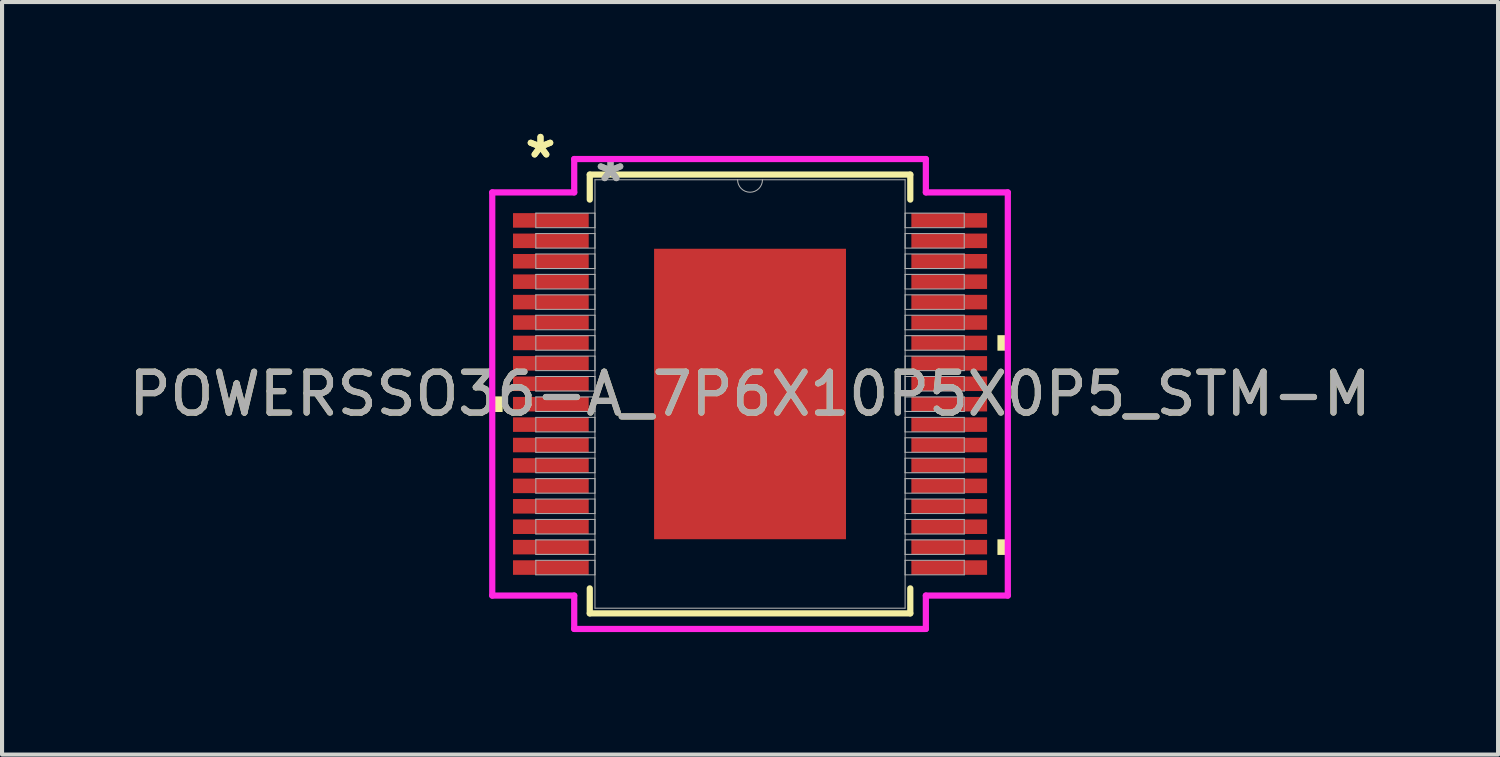
<source format=kicad_pcb>
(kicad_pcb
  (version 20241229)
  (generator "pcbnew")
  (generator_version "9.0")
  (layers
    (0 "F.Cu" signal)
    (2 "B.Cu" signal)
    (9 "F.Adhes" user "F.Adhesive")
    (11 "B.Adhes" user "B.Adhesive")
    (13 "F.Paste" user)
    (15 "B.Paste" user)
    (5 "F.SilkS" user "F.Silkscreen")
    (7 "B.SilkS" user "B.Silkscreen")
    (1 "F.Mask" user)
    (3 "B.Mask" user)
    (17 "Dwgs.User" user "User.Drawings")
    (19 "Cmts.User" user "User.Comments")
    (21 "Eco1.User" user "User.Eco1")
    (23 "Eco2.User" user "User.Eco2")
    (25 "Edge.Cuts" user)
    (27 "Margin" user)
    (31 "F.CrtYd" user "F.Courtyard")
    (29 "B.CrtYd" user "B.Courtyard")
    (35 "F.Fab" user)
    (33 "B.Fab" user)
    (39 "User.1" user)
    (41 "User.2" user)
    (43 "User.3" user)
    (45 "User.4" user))
  (footprint "POWERSSO36-A_7P6X10P5X0P5_STM-M"
    (layer "F.Cu")
    (at 15.315 6.597)
    (property "Reference" "POWERSSO36-A_7P6X10P5X0P5_STM-M" (at 0 0 0) (unlocked yes) (layer "F.SilkS") (effects (font (size 1 1) (thickness 0.15))))
    (attr smd)
    (fp_line (start -3.924 -5.372) (end -3.924 -4.76) (stroke (width 0.152) (type solid)) (layer "F.SilkS"))
    (fp_line (start -3.924 4.76) (end -3.924 5.372) (stroke (width 0.152) (type solid)) (layer "F.SilkS"))
    (fp_line (start -3.924 5.372) (end 3.924 5.372) (stroke (width 0.152) (type solid)) (layer "F.SilkS"))
    (fp_line (start 3.924 -5.372) (end -3.924 -5.372) (stroke (width 0.152) (type solid)) (layer "F.SilkS"))
    (fp_line (start 3.924 -4.76) (end 3.924 -5.372) (stroke (width 0.152) (type solid)) (layer "F.SilkS"))
    (fp_line (start 3.924 5.372) (end 3.924 4.76) (stroke (width 0.152) (type solid)) (layer "F.SilkS"))
    (fp_poly (pts (xy -6.312 0.059) (xy -6.312 0.441) (xy -6.058 0.441) (xy -6.058 0.059)) (stroke (width 0) (type solid)) (fill yes) (layer "F.SilkS"))
    (fp_poly (pts (xy 6.312 -1.44) (xy 6.312 -1.06) (xy 6.058 -1.06) (xy 6.058 -1.44)) (stroke (width 0) (type solid)) (fill yes) (layer "F.SilkS"))
    (fp_poly (pts (xy 6.312 3.559) (xy 6.312 3.941) (xy 6.058 3.941) (xy 6.058 3.559)) (stroke (width 0) (type solid)) (fill yes) (layer "F.SilkS"))
    (fp_poly (pts (xy -2.249 -3.456) (xy -2.249 -2.234) (xy -0.883 -2.234) (xy -0.883 -3.456)) (stroke (width 0) (type solid)) (fill yes) (layer "F.Paste"))
    (fp_poly (pts (xy -2.249 -2.034) (xy -2.249 -0.811) (xy -0.883 -0.811) (xy -0.883 -2.034)) (stroke (width 0) (type solid)) (fill yes) (layer "F.Paste"))
    (fp_poly (pts (xy -2.249 -0.611) (xy -2.249 0.611) (xy -0.883 0.611) (xy -0.883 -0.611)) (stroke (width 0) (type solid)) (fill yes) (layer "F.Paste"))
    (fp_poly (pts (xy -2.249 0.811) (xy -2.249 2.034) (xy -0.883 2.034) (xy -0.883 0.811)) (stroke (width 0) (type solid)) (fill yes) (layer "F.Paste"))
    (fp_poly (pts (xy -2.249 2.234) (xy -2.249 3.456) (xy -0.883 3.456) (xy -0.883 2.234)) (stroke (width 0) (type solid)) (fill yes) (layer "F.Paste"))
    (fp_poly (pts (xy -0.683 -3.456) (xy -0.683 -2.234) (xy 0.683 -2.234) (xy 0.683 -3.456)) (stroke (width 0) (type solid)) (fill yes) (layer "F.Paste"))
    (fp_poly (pts (xy -0.683 -2.034) (xy -0.683 -0.811) (xy 0.683 -0.811) (xy 0.683 -2.034)) (stroke (width 0) (type solid)) (fill yes) (layer "F.Paste"))
    (fp_poly (pts (xy -0.683 -0.611) (xy -0.683 0.611) (xy 0.683 0.611) (xy 0.683 -0.611)) (stroke (width 0) (type solid)) (fill yes) (layer "F.Paste"))
    (fp_poly (pts (xy -0.683 0.811) (xy -0.683 2.034) (xy 0.683 2.034) (xy 0.683 0.811)) (stroke (width 0) (type solid)) (fill yes) (layer "F.Paste"))
    (fp_poly (pts (xy -0.683 2.234) (xy -0.683 3.456) (xy 0.683 3.456) (xy 0.683 2.234)) (stroke (width 0) (type solid)) (fill yes) (layer "F.Paste"))
    (fp_poly (pts (xy 0.883 -3.456) (xy 0.883 -2.234) (xy 2.249 -2.234) (xy 2.249 -3.456)) (stroke (width 0) (type solid)) (fill yes) (layer "F.Paste"))
    (fp_poly (pts (xy 0.883 -2.034) (xy 0.883 -0.811) (xy 2.249 -0.811) (xy 2.249 -2.034)) (stroke (width 0) (type solid)) (fill yes) (layer "F.Paste"))
    (fp_poly (pts (xy 0.883 -0.611) (xy 0.883 0.611) (xy 2.249 0.611) (xy 2.249 -0.611)) (stroke (width 0) (type solid)) (fill yes) (layer "F.Paste"))
    (fp_poly (pts (xy 0.883 0.811) (xy 0.883 2.034) (xy 2.249 2.034) (xy 2.249 0.811)) (stroke (width 0) (type solid)) (fill yes) (layer "F.Paste"))
    (fp_poly (pts (xy 0.883 2.234) (xy 0.883 3.456) (xy 2.249 3.456) (xy 2.249 2.234)) (stroke (width 0) (type solid)) (fill yes) (layer "F.Paste"))
    (fp_line (start -6.312 -4.936) (end -4.305 -4.936) (stroke (width 0.152) (type solid)) (layer "F.CrtYd"))
    (fp_line (start -6.312 4.936) (end -6.312 -4.936) (stroke (width 0.152) (type solid)) (layer "F.CrtYd"))
    (fp_line (start -6.312 4.936) (end -4.305 4.936) (stroke (width 0.152) (type solid)) (layer "F.CrtYd"))
    (fp_line (start -4.305 -5.753) (end 4.305 -5.753) (stroke (width 0.152) (type solid)) (layer "F.CrtYd"))
    (fp_line (start -4.305 -4.936) (end -4.305 -5.753) (stroke (width 0.152) (type solid)) (layer "F.CrtYd"))
    (fp_line (start -4.305 5.753) (end -4.305 4.936) (stroke (width 0.152) (type solid)) (layer "F.CrtYd"))
    (fp_line (start 4.305 -5.753) (end 4.305 -4.936) (stroke (width 0.152) (type solid)) (layer "F.CrtYd"))
    (fp_line (start 4.305 4.936) (end 4.305 5.753) (stroke (width 0.152) (type solid)) (layer "F.CrtYd"))
    (fp_line (start 4.305 5.753) (end -4.305 5.753) (stroke (width 0.152) (type solid)) (layer "F.CrtYd"))
    (fp_line (start 6.312 -4.936) (end 4.305 -4.936) (stroke (width 0.152) (type solid)) (layer "F.CrtYd"))
    (fp_line (start 6.312 -4.936) (end 6.312 4.936) (stroke (width 0.152) (type solid)) (layer "F.CrtYd"))
    (fp_line (start 6.312 4.936) (end 4.305 4.936) (stroke (width 0.152) (type solid)) (layer "F.CrtYd"))
    (fp_line (start -5.245 -4.428) (end -5.245 -4.072) (stroke (width 0.025) (type solid)) (layer "F.Fab"))
    (fp_line (start -5.245 -4.072) (end -3.797 -4.072) (stroke (width 0.025) (type solid)) (layer "F.Fab"))
    (fp_line (start -5.245 -3.928) (end -5.245 -3.572) (stroke (width 0.025) (type solid)) (layer "F.Fab"))
    (fp_line (start -5.245 -3.572) (end -3.797 -3.572) (stroke (width 0.025) (type solid)) (layer "F.Fab"))
    (fp_line (start -5.245 -3.428) (end -5.245 -3.072) (stroke (width 0.025) (type solid)) (layer "F.Fab"))
    (fp_line (start -5.245 -3.072) (end -3.797 -3.072) (stroke (width 0.025) (type solid)) (layer "F.Fab"))
    (fp_line (start -5.245 -2.928) (end -5.245 -2.572) (stroke (width 0.025) (type solid)) (layer "F.Fab"))
    (fp_line (start -5.245 -2.572) (end -3.797 -2.572) (stroke (width 0.025) (type solid)) (layer "F.Fab"))
    (fp_line (start -5.245 -2.428) (end -5.245 -2.072) (stroke (width 0.025) (type solid)) (layer "F.Fab"))
    (fp_line (start -5.245 -2.072) (end -3.797 -2.072) (stroke (width 0.025) (type solid)) (layer "F.Fab"))
    (fp_line (start -5.245 -1.928) (end -5.245 -1.572) (stroke (width 0.025) (type solid)) (layer "F.Fab"))
    (fp_line (start -5.245 -1.572) (end -3.797 -1.572) (stroke (width 0.025) (type solid)) (layer "F.Fab"))
    (fp_line (start -5.245 -1.428) (end -5.245 -1.072) (stroke (width 0.025) (type solid)) (layer "F.Fab"))
    (fp_line (start -5.245 -1.072) (end -3.797 -1.072) (stroke (width 0.025) (type solid)) (layer "F.Fab"))
    (fp_line (start -5.245 -0.928) (end -5.245 -0.572) (stroke (width 0.025) (type solid)) (layer "F.Fab"))
    (fp_line (start -5.245 -0.572) (end -3.797 -0.572) (stroke (width 0.025) (type solid)) (layer "F.Fab"))
    (fp_line (start -5.245 -0.428) (end -5.245 -0.072) (stroke (width 0.025) (type solid)) (layer "F.Fab"))
    (fp_line (start -5.245 -0.072) (end -3.797 -0.072) (stroke (width 0.025) (type solid)) (layer "F.Fab"))
    (fp_line (start -5.245 0.072) (end -5.245 0.428) (stroke (width 0.025) (type solid)) (layer "F.Fab"))
    (fp_line (start -5.245 0.428) (end -3.797 0.428) (stroke (width 0.025) (type solid)) (layer "F.Fab"))
    (fp_line (start -5.245 0.572) (end -5.245 0.928) (stroke (width 0.025) (type solid)) (layer "F.Fab"))
    (fp_line (start -5.245 0.928) (end -3.797 0.928) (stroke (width 0.025) (type solid)) (layer "F.Fab"))
    (fp_line (start -5.245 1.072) (end -5.245 1.428) (stroke (width 0.025) (type solid)) (layer "F.Fab"))
    (fp_line (start -5.245 1.428) (end -3.797 1.428) (stroke (width 0.025) (type solid)) (layer "F.Fab"))
    (fp_line (start -5.245 1.572) (end -5.245 1.928) (stroke (width 0.025) (type solid)) (layer "F.Fab"))
    (fp_line (start -5.245 1.928) (end -3.797 1.928) (stroke (width 0.025) (type solid)) (layer "F.Fab"))
    (fp_line (start -5.245 2.072) (end -5.245 2.428) (stroke (width 0.025) (type solid)) (layer "F.Fab"))
    (fp_line (start -5.245 2.428) (end -3.797 2.428) (stroke (width 0.025) (type solid)) (layer "F.Fab"))
    (fp_line (start -5.245 2.572) (end -5.245 2.928) (stroke (width 0.025) (type solid)) (layer "F.Fab"))
    (fp_line (start -5.245 2.928) (end -3.797 2.928) (stroke (width 0.025) (type solid)) (layer "F.Fab"))
    (fp_line (start -5.245 3.072) (end -5.245 3.428) (stroke (width 0.025) (type solid)) (layer "F.Fab"))
    (fp_line (start -5.245 3.428) (end -3.797 3.428) (stroke (width 0.025) (type solid)) (layer "F.Fab"))
    (fp_line (start -5.245 3.572) (end -5.245 3.928) (stroke (width 0.025) (type solid)) (layer "F.Fab"))
    (fp_line (start -5.245 3.928) (end -3.797 3.928) (stroke (width 0.025) (type solid)) (layer "F.Fab"))
    (fp_line (start -5.245 4.072) (end -5.245 4.428) (stroke (width 0.025) (type solid)) (layer "F.Fab"))
    (fp_line (start -5.245 4.428) (end -3.797 4.428) (stroke (width 0.025) (type solid)) (layer "F.Fab"))
    (fp_line (start -3.797 -5.245) (end -3.797 5.245) (stroke (width 0.025) (type solid)) (layer "F.Fab"))
    (fp_line (start -3.797 -4.428) (end -5.245 -4.428) (stroke (width 0.025) (type solid)) (layer "F.Fab"))
    (fp_line (start -3.797 -4.072) (end -3.797 -4.428) (stroke (width 0.025) (type solid)) (layer "F.Fab"))
    (fp_line (start -3.797 -3.928) (end -5.245 -3.928) (stroke (width 0.025) (type solid)) (layer "F.Fab"))
    (fp_line (start -3.797 -3.572) (end -3.797 -3.928) (stroke (width 0.025) (type solid)) (layer "F.Fab"))
    (fp_line (start -3.797 -3.428) (end -5.245 -3.428) (stroke (width 0.025) (type solid)) (layer "F.Fab"))
    (fp_line (start -3.797 -3.072) (end -3.797 -3.428) (stroke (width 0.025) (type solid)) (layer "F.Fab"))
    (fp_line (start -3.797 -2.928) (end -5.245 -2.928) (stroke (width 0.025) (type solid)) (layer "F.Fab"))
    (fp_line (start -3.797 -2.572) (end -3.797 -2.928) (stroke (width 0.025) (type solid)) (layer "F.Fab"))
    (fp_line (start -3.797 -2.428) (end -5.245 -2.428) (stroke (width 0.025) (type solid)) (layer "F.Fab"))
    (fp_line (start -3.797 -2.072) (end -3.797 -2.428) (stroke (width 0.025) (type solid)) (layer "F.Fab"))
    (fp_line (start -3.797 -1.928) (end -5.245 -1.928) (stroke (width 0.025) (type solid)) (layer "F.Fab"))
    (fp_line (start -3.797 -1.572) (end -3.797 -1.928) (stroke (width 0.025) (type solid)) (layer "F.Fab"))
    (fp_line (start -3.797 -1.428) (end -5.245 -1.428) (stroke (width 0.025) (type solid)) (layer "F.Fab"))
    (fp_line (start -3.797 -1.072) (end -3.797 -1.428) (stroke (width 0.025) (type solid)) (layer "F.Fab"))
    (fp_line (start -3.797 -0.928) (end -5.245 -0.928) (stroke (width 0.025) (type solid)) (layer "F.Fab"))
    (fp_line (start -3.797 -0.572) (end -3.797 -0.928) (stroke (width 0.025) (type solid)) (layer "F.Fab"))
    (fp_line (start -3.797 -0.428) (end -5.245 -0.428) (stroke (width 0.025) (type solid)) (layer "F.Fab"))
    (fp_line (start -3.797 -0.072) (end -3.797 -0.428) (stroke (width 0.025) (type solid)) (layer "F.Fab"))
    (fp_line (start -3.797 0.072) (end -5.245 0.072) (stroke (width 0.025) (type solid)) (layer "F.Fab"))
    (fp_line (start -3.797 0.428) (end -3.797 0.072) (stroke (width 0.025) (type solid)) (layer "F.Fab"))
    (fp_line (start -3.797 0.572) (end -5.245 0.572) (stroke (width 0.025) (type solid)) (layer "F.Fab"))
    (fp_line (start -3.797 0.928) (end -3.797 0.572) (stroke (width 0.025) (type solid)) (layer "F.Fab"))
    (fp_line (start -3.797 1.072) (end -5.245 1.072) (stroke (width 0.025) (type solid)) (layer "F.Fab"))
    (fp_line (start -3.797 1.428) (end -3.797 1.072) (stroke (width 0.025) (type solid)) (layer "F.Fab"))
    (fp_line (start -3.797 1.572) (end -5.245 1.572) (stroke (width 0.025) (type solid)) (layer "F.Fab"))
    (fp_line (start -3.797 1.928) (end -3.797 1.572) (stroke (width 0.025) (type solid)) (layer "F.Fab"))
    (fp_line (start -3.797 2.072) (end -5.245 2.072) (stroke (width 0.025) (type solid)) (layer "F.Fab"))
    (fp_line (start -3.797 2.428) (end -3.797 2.072) (stroke (width 0.025) (type solid)) (layer "F.Fab"))
    (fp_line (start -3.797 2.572) (end -5.245 2.572) (stroke (width 0.025) (type solid)) (layer "F.Fab"))
    (fp_line (start -3.797 2.928) (end -3.797 2.572) (stroke (width 0.025) (type solid)) (layer "F.Fab"))
    (fp_line (start -3.797 3.072) (end -5.245 3.072) (stroke (width 0.025) (type solid)) (layer "F.Fab"))
    (fp_line (start -3.797 3.428) (end -3.797 3.072) (stroke (width 0.025) (type solid)) (layer "F.Fab"))
    (fp_line (start -3.797 3.572) (end -5.245 3.572) (stroke (width 0.025) (type solid)) (layer "F.Fab"))
    (fp_line (start -3.797 3.928) (end -3.797 3.572) (stroke (width 0.025) (type solid)) (layer "F.Fab"))
    (fp_line (start -3.797 4.072) (end -5.245 4.072) (stroke (width 0.025) (type solid)) (layer "F.Fab"))
    (fp_line (start -3.797 4.428) (end -3.797 4.072) (stroke (width 0.025) (type solid)) (layer "F.Fab"))
    (fp_line (start -3.797 5.245) (end 3.797 5.245) (stroke (width 0.025) (type solid)) (layer "F.Fab"))
    (fp_line (start 3.797 -5.245) (end -3.797 -5.245) (stroke (width 0.025) (type solid)) (layer "F.Fab"))
    (fp_line (start 3.797 -4.428) (end 3.797 -4.072) (stroke (width 0.025) (type solid)) (layer "F.Fab"))
    (fp_line (start 3.797 -4.072) (end 5.245 -4.072) (stroke (width 0.025) (type solid)) (layer "F.Fab"))
    (fp_line (start 3.797 -3.928) (end 3.797 -3.572) (stroke (width 0.025) (type solid)) (layer "F.Fab"))
    (fp_line (start 3.797 -3.572) (end 5.245 -3.572) (stroke (width 0.025) (type solid)) (layer "F.Fab"))
    (fp_line (start 3.797 -3.428) (end 3.797 -3.072) (stroke (width 0.025) (type solid)) (layer "F.Fab"))
    (fp_line (start 3.797 -3.072) (end 5.245 -3.072) (stroke (width 0.025) (type solid)) (layer "F.Fab"))
    (fp_line (start 3.797 -2.928) (end 3.797 -2.572) (stroke (width 0.025) (type solid)) (layer "F.Fab"))
    (fp_line (start 3.797 -2.572) (end 5.245 -2.572) (stroke (width 0.025) (type solid)) (layer "F.Fab"))
    (fp_line (start 3.797 -2.428) (end 3.797 -2.072) (stroke (width 0.025) (type solid)) (layer "F.Fab"))
    (fp_line (start 3.797 -2.072) (end 5.245 -2.072) (stroke (width 0.025) (type solid)) (layer "F.Fab"))
    (fp_line (start 3.797 -1.928) (end 3.797 -1.572) (stroke (width 0.025) (type solid)) (layer "F.Fab"))
    (fp_line (start 3.797 -1.572) (end 5.245 -1.572) (stroke (width 0.025) (type solid)) (layer "F.Fab"))
    (fp_line (start 3.797 -1.428) (end 3.797 -1.072) (stroke (width 0.025) (type solid)) (layer "F.Fab"))
    (fp_line (start 3.797 -1.072) (end 5.245 -1.072) (stroke (width 0.025) (type solid)) (layer "F.Fab"))
    (fp_line (start 3.797 -0.928) (end 3.797 -0.572) (stroke (width 0.025) (type solid)) (layer "F.Fab"))
    (fp_line (start 3.797 -0.572) (end 5.245 -0.572) (stroke (width 0.025) (type solid)) (layer "F.Fab"))
    (fp_line (start 3.797 -0.428) (end 3.797 -0.072) (stroke (width 0.025) (type solid)) (layer "F.Fab"))
    (fp_line (start 3.797 -0.072) (end 5.245 -0.072) (stroke (width 0.025) (type solid)) (layer "F.Fab"))
    (fp_line (start 3.797 0.072) (end 3.797 0.428) (stroke (width 0.025) (type solid)) (layer "F.Fab"))
    (fp_line (start 3.797 0.428) (end 5.245 0.428) (stroke (width 0.025) (type solid)) (layer "F.Fab"))
    (fp_line (start 3.797 0.572) (end 3.797 0.928) (stroke (width 0.025) (type solid)) (layer "F.Fab"))
    (fp_line (start 3.797 0.928) (end 5.245 0.928) (stroke (width 0.025) (type solid)) (layer "F.Fab"))
    (fp_line (start 3.797 1.072) (end 3.797 1.428) (stroke (width 0.025) (type solid)) (layer "F.Fab"))
    (fp_line (start 3.797 1.428) (end 5.245 1.428) (stroke (width 0.025) (type solid)) (layer "F.Fab"))
    (fp_line (start 3.797 1.572) (end 3.797 1.928) (stroke (width 0.025) (type solid)) (layer "F.Fab"))
    (fp_line (start 3.797 1.928) (end 5.245 1.928) (stroke (width 0.025) (type solid)) (layer "F.Fab"))
    (fp_line (start 3.797 2.072) (end 3.797 2.428) (stroke (width 0.025) (type solid)) (layer "F.Fab"))
    (fp_line (start 3.797 2.428) (end 5.245 2.428) (stroke (width 0.025) (type solid)) (layer "F.Fab"))
    (fp_line (start 3.797 2.572) (end 3.797 2.928) (stroke (width 0.025) (type solid)) (layer "F.Fab"))
    (fp_line (start 3.797 2.928) (end 5.245 2.928) (stroke (width 0.025) (type solid)) (layer "F.Fab"))
    (fp_line (start 3.797 3.072) (end 3.797 3.428) (stroke (width 0.025) (type solid)) (layer "F.Fab"))
    (fp_line (start 3.797 3.428) (end 5.245 3.428) (stroke (width 0.025) (type solid)) (layer "F.Fab"))
    (fp_line (start 3.797 3.572) (end 3.797 3.928) (stroke (width 0.025) (type solid)) (layer "F.Fab"))
    (fp_line (start 3.797 3.928) (end 5.245 3.928) (stroke (width 0.025) (type solid)) (layer "F.Fab"))
    (fp_line (start 3.797 4.072) (end 3.797 4.428) (stroke (width 0.025) (type solid)) (layer "F.Fab"))
    (fp_line (start 3.797 4.428) (end 5.245 4.428) (stroke (width 0.025) (type solid)) (layer "F.Fab"))
    (fp_line (start 3.797 5.245) (end 3.797 -5.245) (stroke (width 0.025) (type solid)) (layer "F.Fab"))
    (fp_line (start 5.245 -4.428) (end 3.797 -4.428) (stroke (width 0.025) (type solid)) (layer "F.Fab"))
    (fp_line (start 5.245 -4.072) (end 5.245 -4.428) (stroke (width 0.025) (type solid)) (layer "F.Fab"))
    (fp_line (start 5.245 -3.928) (end 3.797 -3.928) (stroke (width 0.025) (type solid)) (layer "F.Fab"))
    (fp_line (start 5.245 -3.572) (end 5.245 -3.928) (stroke (width 0.025) (type solid)) (layer "F.Fab"))
    (fp_line (start 5.245 -3.428) (end 3.797 -3.428) (stroke (width 0.025) (type solid)) (layer "F.Fab"))
    (fp_line (start 5.245 -3.072) (end 5.245 -3.428) (stroke (width 0.025) (type solid)) (layer "F.Fab"))
    (fp_line (start 5.245 -2.928) (end 3.797 -2.928) (stroke (width 0.025) (type solid)) (layer "F.Fab"))
    (fp_line (start 5.245 -2.572) (end 5.245 -2.928) (stroke (width 0.025) (type solid)) (layer "F.Fab"))
    (fp_line (start 5.245 -2.428) (end 3.797 -2.428) (stroke (width 0.025) (type solid)) (layer "F.Fab"))
    (fp_line (start 5.245 -2.072) (end 5.245 -2.428) (stroke (width 0.025) (type solid)) (layer "F.Fab"))
    (fp_line (start 5.245 -1.928) (end 3.797 -1.928) (stroke (width 0.025) (type solid)) (layer "F.Fab"))
    (fp_line (start 5.245 -1.572) (end 5.245 -1.928) (stroke (width 0.025) (type solid)) (layer "F.Fab"))
    (fp_line (start 5.245 -1.428) (end 3.797 -1.428) (stroke (width 0.025) (type solid)) (layer "F.Fab"))
    (fp_line (start 5.245 -1.072) (end 5.245 -1.428) (stroke (width 0.025) (type solid)) (layer "F.Fab"))
    (fp_line (start 5.245 -0.928) (end 3.797 -0.928) (stroke (width 0.025) (type solid)) (layer "F.Fab"))
    (fp_line (start 5.245 -0.572) (end 5.245 -0.928) (stroke (width 0.025) (type solid)) (layer "F.Fab"))
    (fp_line (start 5.245 -0.428) (end 3.797 -0.428) (stroke (width 0.025) (type solid)) (layer "F.Fab"))
    (fp_line (start 5.245 -0.072) (end 5.245 -0.428) (stroke (width 0.025) (type solid)) (layer "F.Fab"))
    (fp_line (start 5.245 0.072) (end 3.797 0.072) (stroke (width 0.025) (type solid)) (layer "F.Fab"))
    (fp_line (start 5.245 0.428) (end 5.245 0.072) (stroke (width 0.025) (type solid)) (layer "F.Fab"))
    (fp_line (start 5.245 0.572) (end 3.797 0.572) (stroke (width 0.025) (type solid)) (layer "F.Fab"))
    (fp_line (start 5.245 0.928) (end 5.245 0.572) (stroke (width 0.025) (type solid)) (layer "F.Fab"))
    (fp_line (start 5.245 1.072) (end 3.797 1.072) (stroke (width 0.025) (type solid)) (layer "F.Fab"))
    (fp_line (start 5.245 1.428) (end 5.245 1.072) (stroke (width 0.025) (type solid)) (layer "F.Fab"))
    (fp_line (start 5.245 1.572) (end 3.797 1.572) (stroke (width 0.025) (type solid)) (layer "F.Fab"))
    (fp_line (start 5.245 1.928) (end 5.245 1.572) (stroke (width 0.025) (type solid)) (layer "F.Fab"))
    (fp_line (start 5.245 2.072) (end 3.797 2.072) (stroke (width 0.025) (type solid)) (layer "F.Fab"))
    (fp_line (start 5.245 2.428) (end 5.245 2.072) (stroke (width 0.025) (type solid)) (layer "F.Fab"))
    (fp_line (start 5.245 2.572) (end 3.797 2.572) (stroke (width 0.025) (type solid)) (layer "F.Fab"))
    (fp_line (start 5.245 2.928) (end 5.245 2.572) (stroke (width 0.025) (type solid)) (layer "F.Fab"))
    (fp_line (start 5.245 3.072) (end 3.797 3.072) (stroke (width 0.025) (type solid)) (layer "F.Fab"))
    (fp_line (start 5.245 3.428) (end 5.245 3.072) (stroke (width 0.025) (type solid)) (layer "F.Fab"))
    (fp_line (start 5.245 3.572) (end 3.797 3.572) (stroke (width 0.025) (type solid)) (layer "F.Fab"))
    (fp_line (start 5.245 3.928) (end 5.245 3.572) (stroke (width 0.025) (type solid)) (layer "F.Fab"))
    (fp_line (start 5.245 4.072) (end 3.797 4.072) (stroke (width 0.025) (type solid)) (layer "F.Fab"))
    (fp_line (start 5.245 4.428) (end 5.245 4.072) (stroke (width 0.025) (type solid)) (layer "F.Fab"))
    (fp_arc (start 0.3048 -5.2451) (mid 0 -4.9403) (end -0.3048 -5.2451) (stroke (width 0.0254) (type solid)) (layer "F.Fab"))
    (fp_text user "*" (at -5.131 -5.749 0) (layer "F.SilkS") (effects (font (size 1 1) (thickness 0.15))))
    (fp_text user "*" (at -5.131 -5.749 0) (unlocked yes) (layer "F.SilkS") (effects (font (size 1 1) (thickness 0.15))))
    (fp_text user "${REFERENCE}" (at 0 0 0) (unlocked yes) (layer "F.Fab") (effects (font (size 1 1) (thickness 0.15))))
    (fp_text user "*" (at -3.416 -5.169 0) (unlocked yes) (layer "F.Fab") (effects (font (size 1 1) (thickness 0.15))))
    (fp_text user "*" (at -3.416 -5.169 0) (layer "F.Fab") (effects (font (size 1 1) (thickness 0.15))))
    (pad "1" smd rect (at -4.877 -4.25) (size 1.854 0.356) (layers "F.Cu" "F.Mask" "F.Paste"))
    (pad "2" smd rect (at -4.877 -3.75) (size 1.854 0.356) (layers "F.Cu" "F.Mask" "F.Paste"))
    (pad "3" smd rect (at -4.877 -3.25) (size 1.854 0.356) (layers "F.Cu" "F.Mask" "F.Paste"))
    (pad "4" smd rect (at -4.877 -2.75) (size 1.854 0.356) (layers "F.Cu" "F.Mask" "F.Paste"))
    (pad "5" smd rect (at -4.877 -2.25) (size 1.854 0.356) (layers "F.Cu" "F.Mask" "F.Paste"))
    (pad "6" smd rect (at -4.877 -1.75) (size 1.854 0.356) (layers "F.Cu" "F.Mask" "F.Paste"))
    (pad "7" smd rect (at -4.877 -1.25) (size 1.854 0.356) (layers "F.Cu" "F.Mask" "F.Paste"))
    (pad "8" smd rect (at -4.877 -0.75) (size 1.854 0.356) (layers "F.Cu" "F.Mask" "F.Paste"))
    (pad "9" smd rect (at -4.877 -0.25) (size 1.854 0.356) (layers "F.Cu" "F.Mask" "F.Paste"))
    (pad "10" smd rect (at -4.877 0.25) (size 1.854 0.356) (layers "F.Cu" "F.Mask" "F.Paste"))
    (pad "11" smd rect (at -4.877 0.75) (size 1.854 0.356) (layers "F.Cu" "F.Mask" "F.Paste"))
    (pad "12" smd rect (at -4.877 1.25) (size 1.854 0.356) (layers "F.Cu" "F.Mask" "F.Paste"))
    (pad "13" smd rect (at -4.877 1.75) (size 1.854 0.356) (layers "F.Cu" "F.Mask" "F.Paste"))
    (pad "14" smd rect (at -4.877 2.25) (size 1.854 0.356) (layers "F.Cu" "F.Mask" "F.Paste"))
    (pad "15" smd rect (at -4.877 2.75) (size 1.854 0.356) (layers "F.Cu" "F.Mask" "F.Paste"))
    (pad "16" smd rect (at -4.877 3.25) (size 1.854 0.356) (layers "F.Cu" "F.Mask" "F.Paste"))
    (pad "17" smd rect (at -4.877 3.75) (size 1.854 0.356) (layers "F.Cu" "F.Mask" "F.Paste"))
    (pad "18" smd rect (at -4.877 4.25) (size 1.854 0.356) (layers "F.Cu" "F.Mask" "F.Paste"))
    (pad "19" smd rect (at 4.877 4.25) (size 1.854 0.356) (layers "F.Cu" "F.Mask" "F.Paste"))
    (pad "20" smd rect (at 4.877 3.75) (size 1.854 0.356) (layers "F.Cu" "F.Mask" "F.Paste"))
    (pad "21" smd rect (at 4.877 3.25) (size 1.854 0.356) (layers "F.Cu" "F.Mask" "F.Paste"))
    (pad "22" smd rect (at 4.877 2.75) (size 1.854 0.356) (layers "F.Cu" "F.Mask" "F.Paste"))
    (pad "23" smd rect (at 4.877 2.25) (size 1.854 0.356) (layers "F.Cu" "F.Mask" "F.Paste"))
    (pad "24" smd rect (at 4.877 1.75) (size 1.854 0.356) (layers "F.Cu" "F.Mask" "F.Paste"))
    (pad "25" smd rect (at 4.877 1.25) (size 1.854 0.356) (layers "F.Cu" "F.Mask" "F.Paste"))
    (pad "26" smd rect (at 4.877 0.75) (size 1.854 0.356) (layers "F.Cu" "F.Mask" "F.Paste"))
    (pad "27" smd rect (at 4.877 0.25) (size 1.854 0.356) (layers "F.Cu" "F.Mask" "F.Paste"))
    (pad "28" smd rect (at 4.877 -0.25) (size 1.854 0.356) (layers "F.Cu" "F.Mask" "F.Paste"))
    (pad "29" smd rect (at 4.877 -0.75) (size 1.854 0.356) (layers "F.Cu" "F.Mask" "F.Paste"))
    (pad "30" smd rect (at 4.877 -1.25) (size 1.854 0.356) (layers "F.Cu" "F.Mask" "F.Paste"))
    (pad "31" smd rect (at 4.877 -1.75) (size 1.854 0.356) (layers "F.Cu" "F.Mask" "F.Paste"))
    (pad "32" smd rect (at 4.877 -2.25) (size 1.854 0.356) (layers "F.Cu" "F.Mask" "F.Paste"))
    (pad "33" smd rect (at 4.877 -2.75) (size 1.854 0.356) (layers "F.Cu" "F.Mask" "F.Paste"))
    (pad "34" smd rect (at 4.877 -3.25) (size 1.854 0.356) (layers "F.Cu" "F.Mask" "F.Paste"))
    (pad "35" smd rect (at 4.877 -3.75) (size 1.854 0.356) (layers "F.Cu" "F.Mask" "F.Paste"))
    (pad "36" smd rect (at 4.877 -4.25) (size 1.854 0.356) (layers "F.Cu" "F.Mask" "F.Paste"))
    (pad "EPAD" smd rect (at 0 0) (size 4.699 7.112) (layers "F.Cu" "F.Mask")))
  (gr_rect
    (start -3 -3)
    (end 33.631 15.426)
    (stroke (width 0.1) (type default))
    (fill no)
    (layer "Edge.Cuts")))
</source>
